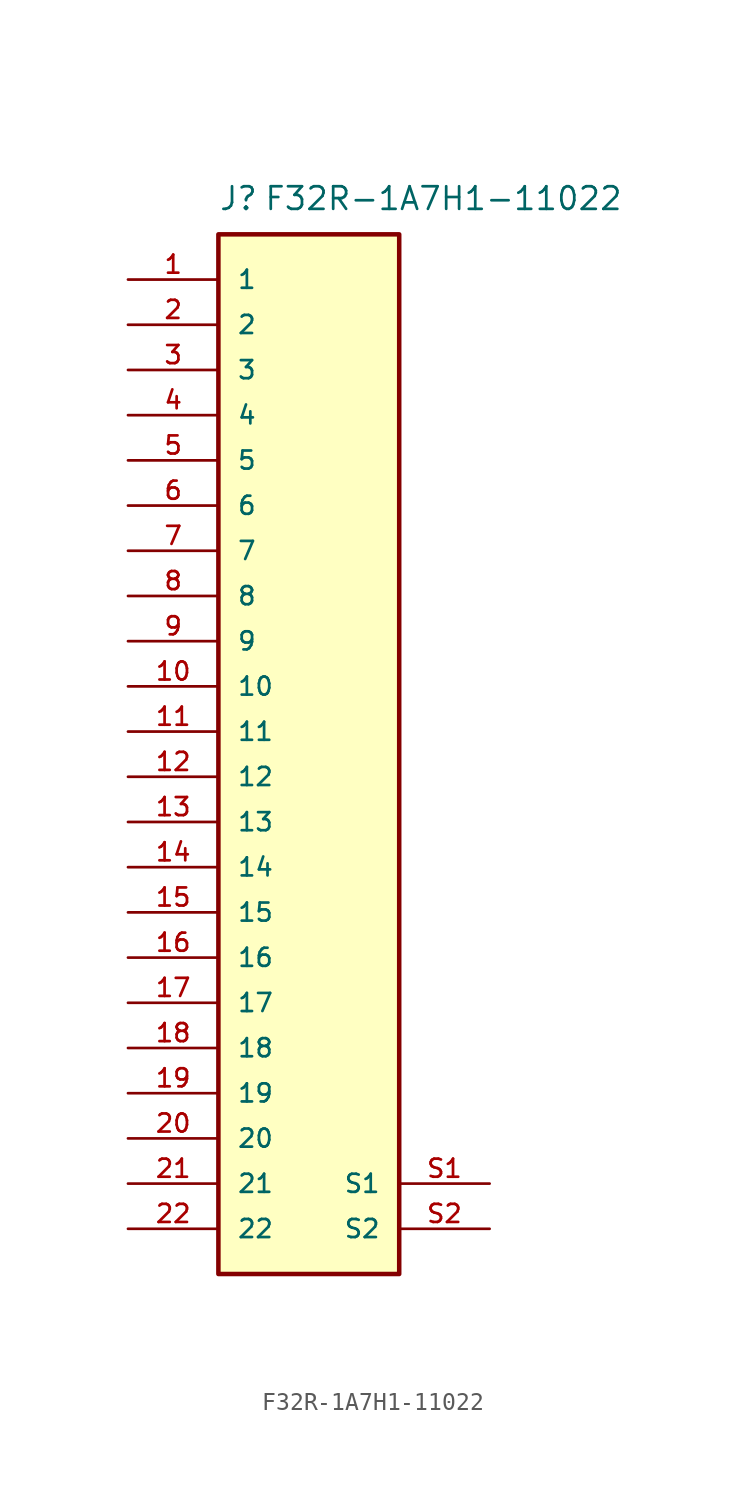
<source format=kicad_sym>
(kicad_symbol_lib
  (version 20220914)
  (generator kicad_symbol_editor)
  (symbol "F32R-1A7H1-11022"
    (pin_names
      (offset 1.016))
    (property "Reference" "J"
      (at -5.08 29.21 0)
      (effects (font (size 1.27 1.27)) (justify left bottom)))
    (property "Value" "F32R-1A7H1-11022"
      (at -2.54 29.21 0)
      (effects (font (size 1.27 1.27)) (justify left bottom)))
    (symbol "F32R-1A7H1-11022_0_0"
      (rectangle (start -5.08 27.94) (end 5.08 -30.48) (stroke (width 0.254) (type default)) (fill (type background)))
      (pin passive line (at -10.16 25.4 0) (length 5.08) (name "1" (effects (font (size 1.016 1.016)))) (number "1" (effects (font (size 1.016 1.016)))))
      (pin passive line (at -10.16 2.54 0) (length 5.08) (name "10" (effects (font (size 1.016 1.016)))) (number "10" (effects (font (size 1.016 1.016)))))
      (pin passive line (at -10.16 0 0) (length 5.08) (name "11" (effects (font (size 1.016 1.016)))) (number "11" (effects (font (size 1.016 1.016)))))
      (pin passive line (at -10.16 -2.54 0) (length 5.08) (name "12" (effects (font (size 1.016 1.016)))) (number "12" (effects (font (size 1.016 1.016)))))
      (pin passive line (at -10.16 -5.08 0) (length 5.08) (name "13" (effects (font (size 1.016 1.016)))) (number "13" (effects (font (size 1.016 1.016)))))
      (pin passive line (at -10.16 -7.62 0) (length 5.08) (name "14" (effects (font (size 1.016 1.016)))) (number "14" (effects (font (size 1.016 1.016)))))
      (pin passive line (at -10.16 -10.16 0) (length 5.08) (name "15" (effects (font (size 1.016 1.016)))) (number "15" (effects (font (size 1.016 1.016)))))
      (pin passive line (at -10.16 -12.7 0) (length 5.08) (name "16" (effects (font (size 1.016 1.016)))) (number "16" (effects (font (size 1.016 1.016)))))
      (pin passive line (at -10.16 -15.24 0) (length 5.08) (name "17" (effects (font (size 1.016 1.016)))) (number "17" (effects (font (size 1.016 1.016)))))
      (pin passive line (at -10.16 -17.78 0) (length 5.08) (name "18" (effects (font (size 1.016 1.016)))) (number "18" (effects (font (size 1.016 1.016)))))
      (pin passive line (at -10.16 -20.32 0) (length 5.08) (name "19" (effects (font (size 1.016 1.016)))) (number "19" (effects (font (size 1.016 1.016)))))
      (pin passive line (at -10.16 22.86 0) (length 5.08) (name "2" (effects (font (size 1.016 1.016)))) (number "2" (effects (font (size 1.016 1.016)))))
      (pin passive line (at -10.16 -22.86 0) (length 5.08) (name "20" (effects (font (size 1.016 1.016)))) (number "20" (effects (font (size 1.016 1.016)))))
      (pin passive line (at -10.16 -25.4 0) (length 5.08) (name "21" (effects (font (size 1.016 1.016)))) (number "21" (effects (font (size 1.016 1.016)))))
      (pin passive line (at -10.16 -27.94 0) (length 5.08) (name "22" (effects (font (size 1.016 1.016)))) (number "22" (effects (font (size 1.016 1.016)))))
      (pin passive line (at -10.16 20.32 0) (length 5.08) (name "3" (effects (font (size 1.016 1.016)))) (number "3" (effects (font (size 1.016 1.016)))))
      (pin passive line (at -10.16 17.78 0) (length 5.08) (name "4" (effects (font (size 1.016 1.016)))) (number "4" (effects (font (size 1.016 1.016)))))
      (pin passive line (at -10.16 15.24 0) (length 5.08) (name "5" (effects (font (size 1.016 1.016)))) (number "5" (effects (font (size 1.016 1.016)))))
      (pin passive line (at -10.16 12.7 0) (length 5.08) (name "6" (effects (font (size 1.016 1.016)))) (number "6" (effects (font (size 1.016 1.016)))))
      (pin passive line (at -10.16 10.16 0) (length 5.08) (name "7" (effects (font (size 1.016 1.016)))) (number "7" (effects (font (size 1.016 1.016)))))
      (pin passive line (at -10.16 7.62 0) (length 5.08) (name "8" (effects (font (size 1.016 1.016)))) (number "8" (effects (font (size 1.016 1.016)))))
      (pin passive line (at -10.16 5.08 0) (length 5.08) (name "9" (effects (font (size 1.016 1.016)))) (number "9" (effects (font (size 1.016 1.016))))))
    (symbol "F32R-1A7H1-11022_1_0"
      (pin passive line (at 10.16 -25.4 180) (length 5.08) (name "S1" (effects (font (size 1.016 1.016)))) (number "S1" (effects (font (size 1.016 1.016)))))
      (pin passive line (at 10.16 -27.94 180) (length 5.08) (name "S2" (effects (font (size 1.016 1.016)))) (number "S2" (effects (font (size 1.016 1.016))))))))
</source>
